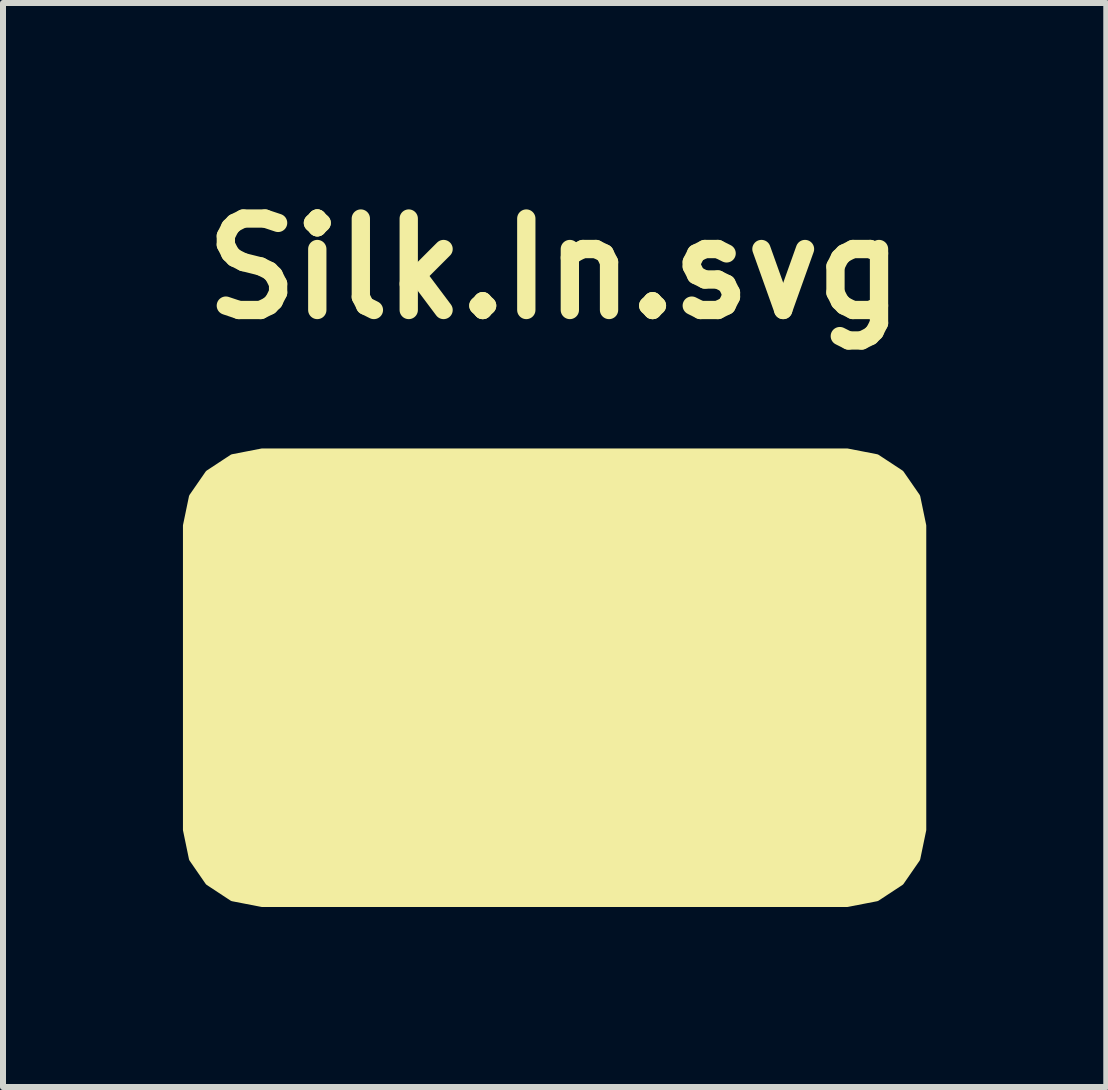
<source format=kicad_pcb>
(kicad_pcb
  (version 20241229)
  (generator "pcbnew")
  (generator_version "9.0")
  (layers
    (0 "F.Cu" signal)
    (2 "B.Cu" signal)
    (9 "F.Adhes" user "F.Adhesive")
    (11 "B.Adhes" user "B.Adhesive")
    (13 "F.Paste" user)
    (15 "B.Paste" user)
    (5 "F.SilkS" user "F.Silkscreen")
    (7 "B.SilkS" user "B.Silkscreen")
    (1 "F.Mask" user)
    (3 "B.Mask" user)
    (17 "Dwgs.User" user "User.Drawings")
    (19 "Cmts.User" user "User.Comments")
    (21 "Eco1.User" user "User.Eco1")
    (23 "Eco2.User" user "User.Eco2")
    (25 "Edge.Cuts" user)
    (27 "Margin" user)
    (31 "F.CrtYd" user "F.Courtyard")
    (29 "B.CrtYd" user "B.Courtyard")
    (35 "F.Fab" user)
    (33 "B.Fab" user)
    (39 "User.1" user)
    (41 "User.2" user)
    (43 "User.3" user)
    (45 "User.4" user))
  (footprint "Silk.In.svg"
    (layer "F.Cu")
    (at 6.193 8.245)
    (property "Reference" "Silk.In.svg" (at 0 -6.818 0) (layer "F.SilkS") (effects (font (size 1.524 1.524) (thickness 0.305))))
    (attr smd)
    (fp_poly (pts (xy -4.875 -3.77) (xy -4.265 -3.77) (xy -3.656 -3.77) (xy -3.047 -3.77) (xy -2.437 -3.77) (xy -1.828 -3.77) (xy -1.219 -3.77) (xy -0.609 -3.77) (xy -0.000176 -3.77) (xy 0.609 -3.77) (xy 1.219 -3.77) (xy 1.828 -3.77) (xy 2.437 -3.77) (xy 3.047 -3.77) (xy 3.656 -3.77) (xy 4.265 -3.77) (xy 4.875 -3.77) (xy 5.369 -3.674) (xy 5.772 -3.409) (xy 6.043 -3.017) (xy 6.143 -2.535) (xy 6.143 -1.901) (xy 6.143 -1.267) (xy 6.143 -0.634) (xy 6.143 0) (xy 6.143 0.634) (xy 6.143 1.267) (xy 6.143 1.901) (xy 6.143 2.535) (xy 6.043 3.017) (xy 5.772 3.409) (xy 5.369 3.674) (xy 4.875 3.77) (xy 4.265 3.77) (xy 3.656 3.77) (xy 3.047 3.77) (xy 2.437 3.77) (xy 1.828 3.77) (xy 1.219 3.77) (xy 0.609 3.77) (xy 0.000176 3.77) (xy -0.609 3.77) (xy -1.219 3.77) (xy -1.828 3.77) (xy -2.437 3.77) (xy -3.047 3.77) (xy -3.656 3.77) (xy -4.265 3.77) (xy -4.875 3.77) (xy -5.369 3.674) (xy -5.772 3.409) (xy -6.043 3.017) (xy -6.143 2.535) (xy -6.143 1.901) (xy -6.143 1.267) (xy -6.143 0.634) (xy -6.143 0) (xy -6.143 -0.634) (xy -6.143 -1.267) (xy -6.143 -1.901) (xy -6.143 -2.535) (xy -6.043 -3.017) (xy -5.772 -3.409) (xy -5.369 -3.674) (xy -4.875 -3.77)) (stroke (width 0.102) (type solid)) (fill yes) (layer "F.SilkS")))
  (gr_rect
    (start -3 -3)
    (end 15.387 15.066)
    (stroke (width 0.1) (type default))
    (fill no)
    (layer "Edge.Cuts")))
</source>
